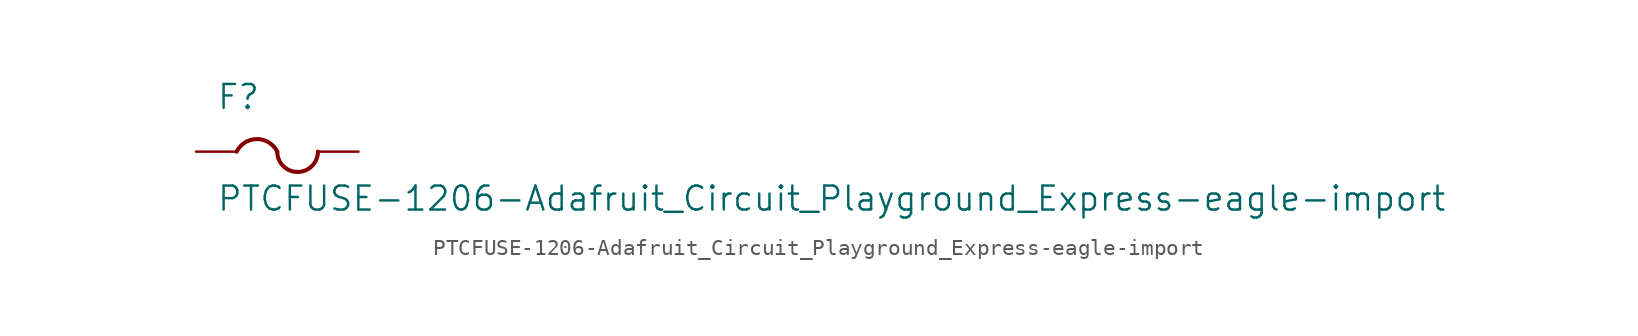
<source format=kicad_sym>
(kicad_symbol_lib
  (version 20220914)
  (generator kicad_symbol_editor)
  (symbol "PTCFUSE-1206-Adafruit_Circuit_Playground_Express-eagle-import"
    (pin_names
      (offset 1.016))
    (property "Reference" "F"
      (at -3.81 5.08 0)
      (effects (font (size 1.499 1.499)) (justify left bottom)))
    (property "Value" "PTCFUSE-1206-Adafruit_Circuit_Playground_Express-eagle-import"
      (at -3.81 -1.27 0)
      (effects (font (size 1.499 1.499)) (justify left bottom)))
    (property "ki_locked" ""
      (at 0 0 0)
      (effects (font (size 1.27 1.27))))
    (symbol "PTCFUSE-1206-Adafruit_Circuit_Playground_Express-eagle-import_1_0"
      (arc (start 0 2.54) (mid -1.27 3.3249) (end -2.54 2.54) (stroke (width 0.254) (type solid)) (fill (type none)))
      (arc (start 0 2.54) (mid 1.27 1.2755) (end 2.54 2.54) (stroke (width 0.254) (type solid)) (fill (type none)))
      (pin passive line (at -5.08 2.54 0) (length 2.54) (name "1" (effects (font (size 0 0)))) (number "1" (effects (font (size 0 0)))))
      (pin passive line (at 5.08 2.54 180) (length 2.54) (name "2" (effects (font (size 0 0)))) (number "2" (effects (font (size 0 0))))))))
</source>
